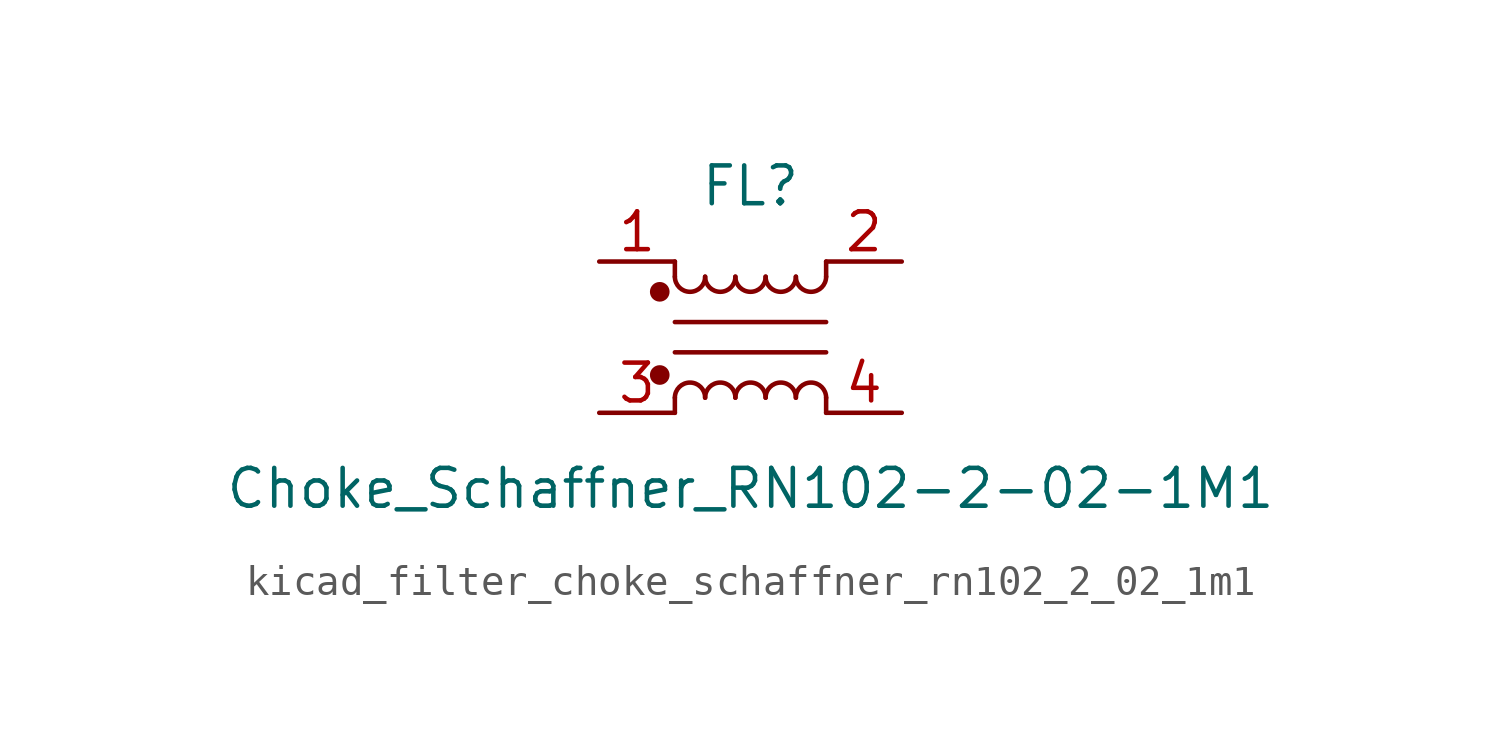
<source format=kicad_sym>
(kicad_symbol_lib
  (version 20220914)
  (generator kicad_symbol_editor)
  (symbol "kicad_filter_choke_schaffner_rn102_2_02_1m1"
    (pin_names hide)
    (property "Reference" "FL"
      (at 0 5.08 0)
      (effects (font (size 1.27 1.27))))
    (property "Value" "Choke_Schaffner_RN102-2-02-1M1"
      (at 0 -5.08 0)
      (effects (font (size 1.27 1.27))))
    (symbol "kicad_filter_choke_schaffner_rn102_2_02_1m1_1_1"
      (circle (center -3.048 -1.27) (radius 0.254) (stroke (width 0) (type default)) (fill (type outline)))
      (circle (center -3.048 1.524) (radius 0.254) (stroke (width 0) (type default)) (fill (type outline)))
      (arc (start -2.54 2.032) (mid -2.032 1.5262) (end -1.524 2.032) (stroke (width 0) (type default)) (fill (type none)))
      (arc (start -1.524 -2.032) (mid -2.032 -1.5262) (end -2.54 -2.032) (stroke (width 0) (type default)) (fill (type none)))
      (arc (start -1.524 2.032) (mid -1.016 1.5262) (end -0.508 2.032) (stroke (width 0) (type default)) (fill (type none)))
      (arc (start -0.508 -2.032) (mid -1.016 -1.5262) (end -1.524 -2.032) (stroke (width 0) (type default)) (fill (type none)))
      (arc (start -0.508 2.032) (mid 0 1.5262) (end 0.508 2.032) (stroke (width 0) (type default)) (fill (type none)))
      (polyline (pts (xy -2.54 -2.032) (xy -2.54 -2.54)) (stroke (width 0) (type default)) (fill (type none)))
      (polyline (pts (xy -2.54 0.508) (xy 2.54 0.508)) (stroke (width 0) (type default)) (fill (type none)))
      (polyline (pts (xy -2.54 2.032) (xy -2.54 2.54)) (stroke (width 0) (type default)) (fill (type none)))
      (polyline (pts (xy 2.54 -2.032) (xy 2.54 -2.54)) (stroke (width 0) (type default)) (fill (type none)))
      (polyline (pts (xy 2.54 -0.508) (xy -2.54 -0.508)) (stroke (width 0) (type default)) (fill (type none)))
      (polyline (pts (xy 2.54 2.54) (xy 2.54 2.032)) (stroke (width 0) (type default)) (fill (type none)))
      (arc (start 0.508 -2.032) (mid 0 -1.5262) (end -0.508 -2.032) (stroke (width 0) (type default)) (fill (type none)))
      (arc (start 0.508 2.032) (mid 1.016 1.5262) (end 1.524 2.032) (stroke (width 0) (type default)) (fill (type none)))
      (arc (start 1.524 -2.032) (mid 1.016 -1.5262) (end 0.508 -2.032) (stroke (width 0) (type default)) (fill (type none)))
      (arc (start 1.524 2.032) (mid 2.032 1.5262) (end 2.54 2.032) (stroke (width 0) (type default)) (fill (type none)))
      (arc (start 2.54 -2.032) (mid 2.032 -1.5262) (end 1.524 -2.032) (stroke (width 0) (type default)) (fill (type none)))
      (pin passive line (at -5.08 2.54 0) (length 2.54) (name "1" (effects (font (size 1.27 1.27)))) (number "1" (effects (font (size 1.27 1.27)))))
      (pin passive line (at 5.08 2.54 180) (length 2.54) (name "2" (effects (font (size 1.27 1.27)))) (number "2" (effects (font (size 1.27 1.27)))))
      (pin passive line (at -5.08 -2.54 0) (length 2.54) (name "3" (effects (font (size 1.27 1.27)))) (number "3" (effects (font (size 1.27 1.27)))))
      (pin passive line (at 5.08 -2.54 180) (length 2.54) (name "4" (effects (font (size 1.27 1.27)))) (number "4" (effects (font (size 1.27 1.27))))))))
</source>
